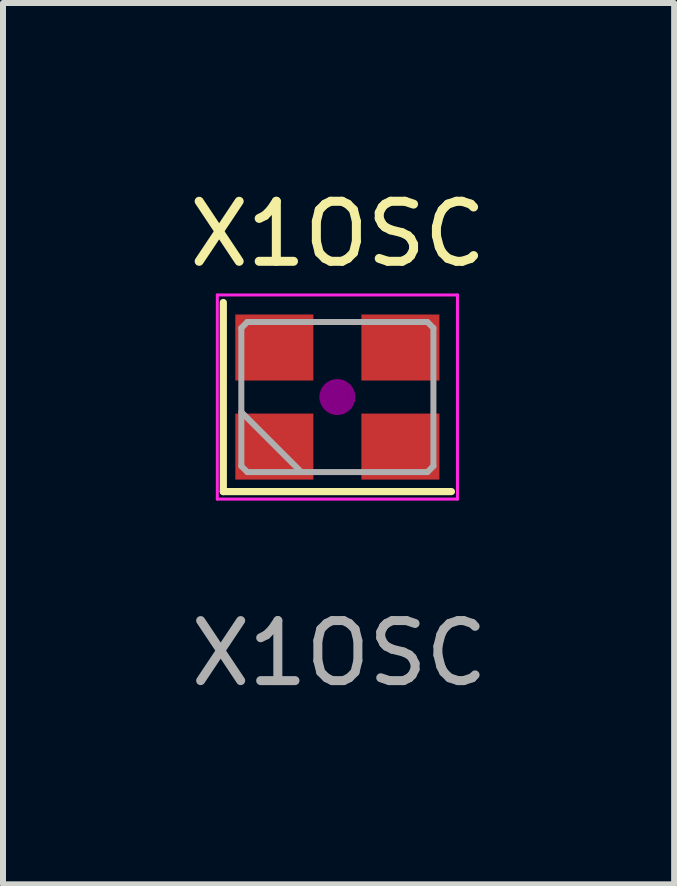
<source format=kicad_pcb>
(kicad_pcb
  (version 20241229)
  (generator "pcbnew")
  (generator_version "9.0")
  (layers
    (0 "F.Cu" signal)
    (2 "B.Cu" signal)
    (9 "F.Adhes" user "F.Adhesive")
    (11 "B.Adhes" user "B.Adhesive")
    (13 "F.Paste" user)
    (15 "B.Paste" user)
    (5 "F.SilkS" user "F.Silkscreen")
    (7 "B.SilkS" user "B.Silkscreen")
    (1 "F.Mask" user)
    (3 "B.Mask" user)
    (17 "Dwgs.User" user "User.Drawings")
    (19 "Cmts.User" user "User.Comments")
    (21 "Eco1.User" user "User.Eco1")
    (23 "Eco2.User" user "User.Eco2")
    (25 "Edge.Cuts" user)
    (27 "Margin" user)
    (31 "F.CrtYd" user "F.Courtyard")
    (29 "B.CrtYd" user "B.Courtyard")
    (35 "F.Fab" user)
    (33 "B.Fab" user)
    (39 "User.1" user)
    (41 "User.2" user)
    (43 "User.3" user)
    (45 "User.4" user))
  (footprint "X1OSC"
    (layer "F.Cu")
    (at 2.577 3.566)
    (property "Reference" "X1OSC" (at 0 -2.718 0) (unlocked yes) (layer "F.SilkS") (effects (font (size 1 1) (thickness 0.15))))
    (attr smd)
    (fp_line (start -1.907 -1.577) (end -1.907 1.573) (stroke (width 0.12) (type solid)) (layer "F.SilkS"))
    (fp_line (start -1.907 1.573) (end 1.893 1.573) (stroke (width 0.12) (type solid)) (layer "F.SilkS"))
    (fp_circle (center -0.007 -0.002) (end 0.052 -0.002) (stroke (width 0.117) (type solid)) (fill no) (layer "F.Adhes"))
    (fp_circle (center -0.007 -0.002) (end 0.127 -0.002) (stroke (width 0.083) (type solid)) (fill no) (layer "F.Adhes"))
    (fp_circle (center -0.007 -0.002) (end 0.202 -0.002) (stroke (width 0.083) (type solid)) (fill no) (layer "F.Adhes"))
    (fp_circle (center -0.007 -0.002) (end 0.243 -0.002) (stroke (width 0.1) (type solid)) (fill no) (layer "F.Adhes"))
    (fp_line (start -2.007 -1.702) (end -2.007 1.698) (stroke (width 0.05) (type solid)) (layer "F.CrtYd"))
    (fp_line (start -2.007 1.698) (end 1.993 1.698) (stroke (width 0.05) (type solid)) (layer "F.CrtYd"))
    (fp_line (start 1.993 -1.702) (end -2.007 -1.702) (stroke (width 0.05) (type solid)) (layer "F.CrtYd"))
    (fp_line (start 1.993 1.698) (end 1.993 -1.702) (stroke (width 0.05) (type solid)) (layer "F.CrtYd"))
    (fp_line (start -1.607 -1.152) (end -1.507 -1.252) (stroke (width 0.1) (type solid)) (layer "F.Fab"))
    (fp_line (start -1.607 0.248) (end -0.607 1.248) (stroke (width 0.1) (type solid)) (layer "F.Fab"))
    (fp_line (start -1.607 1.148) (end -1.607 -1.152) (stroke (width 0.1) (type solid)) (layer "F.Fab"))
    (fp_line (start -1.507 -1.252) (end 1.493 -1.252) (stroke (width 0.1) (type solid)) (layer "F.Fab"))
    (fp_line (start -1.507 1.248) (end -1.607 1.148) (stroke (width 0.1) (type solid)) (layer "F.Fab"))
    (fp_line (start 1.493 -1.252) (end 1.593 -1.152) (stroke (width 0.1) (type solid)) (layer "F.Fab"))
    (fp_line (start 1.493 1.248) (end -1.507 1.248) (stroke (width 0.1) (type solid)) (layer "F.Fab"))
    (fp_line (start 1.593 -1.152) (end 1.593 1.148) (stroke (width 0.1) (type solid)) (layer "F.Fab"))
    (fp_line (start 1.593 1.148) (end 1.493 1.248) (stroke (width 0.1) (type solid)) (layer "F.Fab"))
    (fp_text user "${REFERENCE}" (at 0.025 4.267 0) (unlocked yes) (layer "F.Fab") (effects (font (size 1 1) (thickness 0.15))))
    (pad "1" smd rect (at -1.057 0.823) (size 1.3 1.1) (layers "F.Cu" "F.Mask" "F.Paste"))
    (pad "2" smd rect (at 1.043 0.823) (size 1.3 1.1) (layers "F.Cu" "F.Mask" "F.Paste"))
    (pad "3" smd rect (at 1.043 -0.827) (size 1.3 1.1) (layers "F.Cu" "F.Mask" "F.Paste"))
    (pad "4" smd rect (at -1.057 -0.827) (size 1.3 1.1) (layers "F.Cu" "F.Mask" "F.Paste")))
  (gr_rect
    (start -3 -3)
    (end 8.18 11.681)
    (stroke (width 0.1) (type default))
    (fill no)
    (layer "Edge.Cuts")))
</source>
